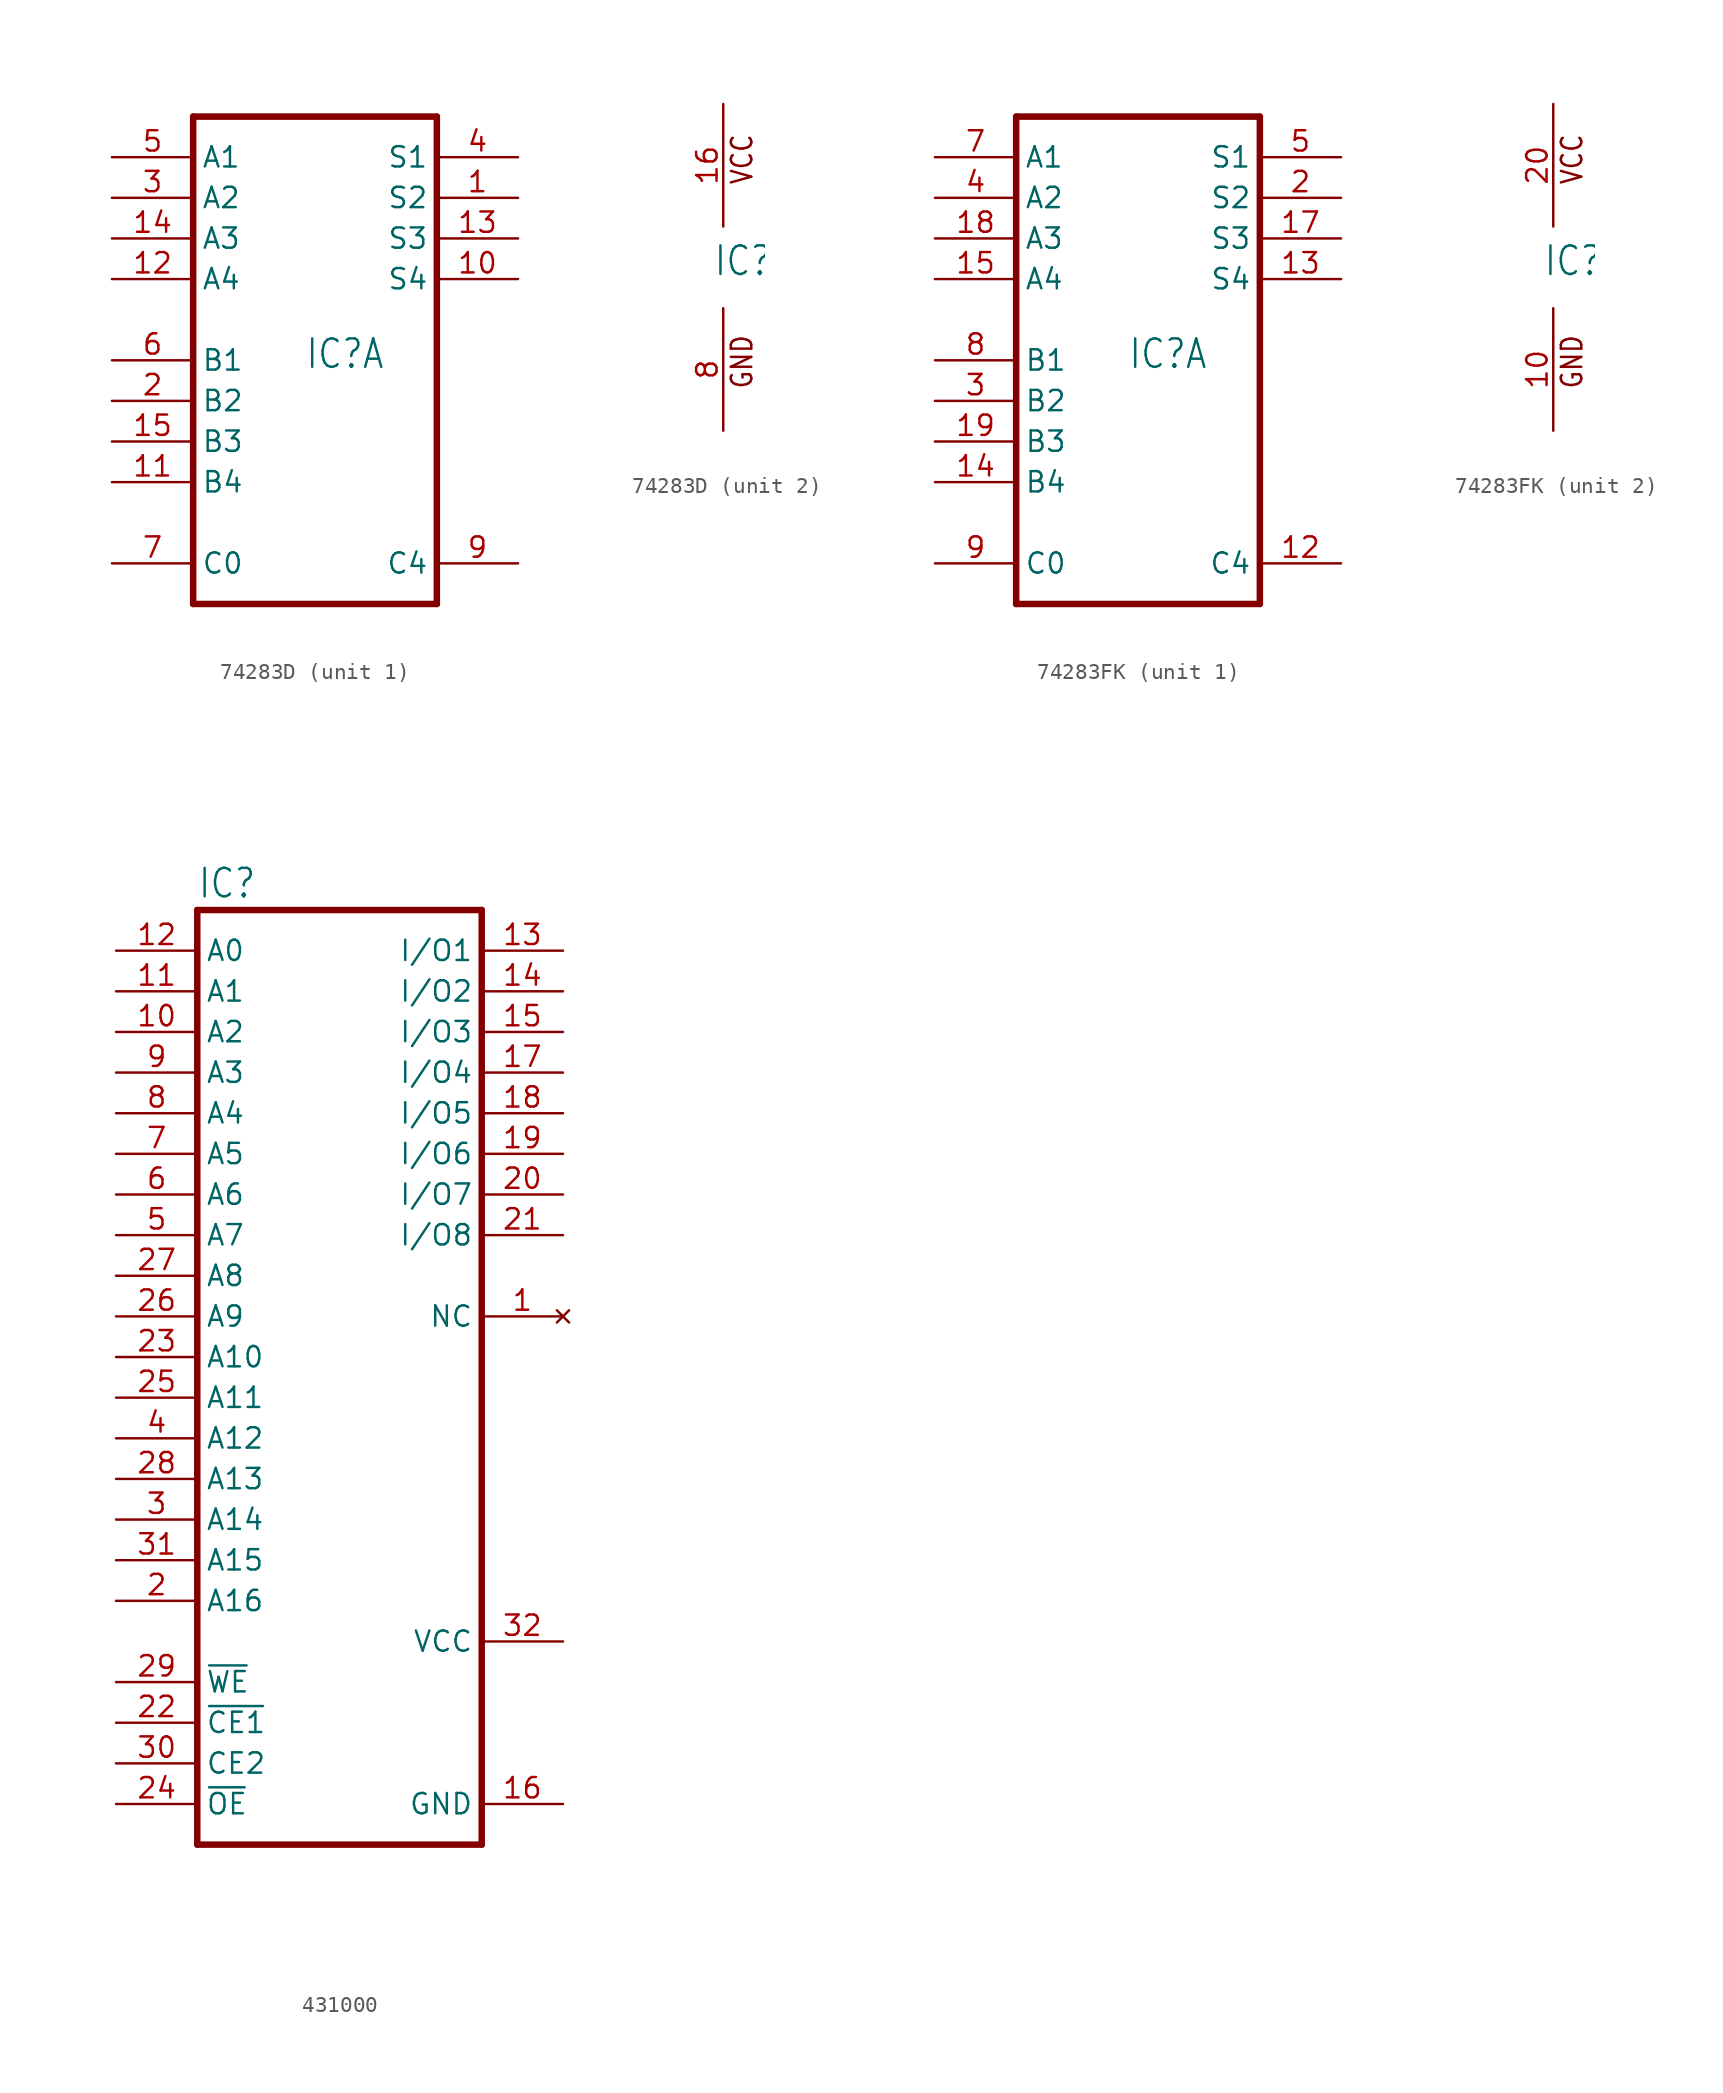
<source format=kicad_sym>
(kicad_symbol_lib
  (version 20231120)
  (generator "kicad_symbol_editor")
  (generator_version "8.0")
  (symbol "74283D"
    (property "Reference" "IC"
      (at -0.635 -0.635 0)
      (effects (font (size 1.778 1.511)) (justify left bottom)))
    (property "ki_locked" ""
      (at 0 0 0)
      (effects (font (size 1.27 1.27))))
    (symbol "74283D_1_0"
      (polyline (pts (xy -7.62 -15.24) (xy 7.62 -15.24)) (stroke (width 0.406) (type solid)) (fill (type none)))
      (polyline (pts (xy -7.62 15.24) (xy -7.62 -15.24)) (stroke (width 0.406) (type solid)) (fill (type none)))
      (polyline (pts (xy 7.62 -15.24) (xy 7.62 15.24)) (stroke (width 0.406) (type solid)) (fill (type none)))
      (polyline (pts (xy 7.62 15.24) (xy -7.62 15.24)) (stroke (width 0.406) (type solid)) (fill (type none)))
      (pin output line (at 12.7 10.16 180) (length 5.08) (name "S2" (effects (font (size 1.27 1.27)))) (number "1" (effects (font (size 1.27 1.27)))))
      (pin output line (at 12.7 5.08 180) (length 5.08) (name "S4" (effects (font (size 1.27 1.27)))) (number "10" (effects (font (size 1.27 1.27)))))
      (pin input line (at -12.7 -7.62 0) (length 5.08) (name "B4" (effects (font (size 1.27 1.27)))) (number "11" (effects (font (size 1.27 1.27)))))
      (pin input line (at -12.7 5.08 0) (length 5.08) (name "A4" (effects (font (size 1.27 1.27)))) (number "12" (effects (font (size 1.27 1.27)))))
      (pin output line (at 12.7 7.62 180) (length 5.08) (name "S3" (effects (font (size 1.27 1.27)))) (number "13" (effects (font (size 1.27 1.27)))))
      (pin input line (at -12.7 7.62 0) (length 5.08) (name "A3" (effects (font (size 1.27 1.27)))) (number "14" (effects (font (size 1.27 1.27)))))
      (pin input line (at -12.7 -5.08 0) (length 5.08) (name "B3" (effects (font (size 1.27 1.27)))) (number "15" (effects (font (size 1.27 1.27)))))
      (pin input line (at -12.7 -2.54 0) (length 5.08) (name "B2" (effects (font (size 1.27 1.27)))) (number "2" (effects (font (size 1.27 1.27)))))
      (pin input line (at -12.7 10.16 0) (length 5.08) (name "A2" (effects (font (size 1.27 1.27)))) (number "3" (effects (font (size 1.27 1.27)))))
      (pin output line (at 12.7 12.7 180) (length 5.08) (name "S1" (effects (font (size 1.27 1.27)))) (number "4" (effects (font (size 1.27 1.27)))))
      (pin input line (at -12.7 12.7 0) (length 5.08) (name "A1" (effects (font (size 1.27 1.27)))) (number "5" (effects (font (size 1.27 1.27)))))
      (pin input line (at -12.7 0 0) (length 5.08) (name "B1" (effects (font (size 1.27 1.27)))) (number "6" (effects (font (size 1.27 1.27)))))
      (pin input line (at -12.7 -12.7 0) (length 5.08) (name "C0" (effects (font (size 1.27 1.27)))) (number "7" (effects (font (size 1.27 1.27)))))
      (pin output line (at 12.7 -12.7 180) (length 5.08) (name "C4" (effects (font (size 1.27 1.27)))) (number "9" (effects (font (size 1.27 1.27))))))
    (symbol "74283D_2_0"
      (text "GND" (at 1.905 -7.62 900) (effects (font (size 1.27 1.079)) (justify left bottom)))
      (text "VCC" (at 1.905 5.08 900) (effects (font (size 1.27 1.079)) (justify left bottom)))
      (pin power_in line (at 0 10.16 270) (length 7.62) (name "VCC" (effects (font (size 0 0)))) (number "16" (effects (font (size 1.27 1.27)))))
      (pin power_in line (at 0 -10.16 90) (length 7.62) (name "GND" (effects (font (size 0 0)))) (number "8" (effects (font (size 1.27 1.27)))))))
  (symbol "74283FK"
    (property "Reference" "IC"
      (at -0.635 -0.635 0)
      (effects (font (size 1.778 1.511)) (justify left bottom)))
    (property "ki_locked" ""
      (at 0 0 0)
      (effects (font (size 1.27 1.27))))
    (symbol "74283FK_1_0"
      (polyline (pts (xy -7.62 -15.24) (xy 7.62 -15.24)) (stroke (width 0.406) (type solid)) (fill (type none)))
      (polyline (pts (xy -7.62 15.24) (xy -7.62 -15.24)) (stroke (width 0.406) (type solid)) (fill (type none)))
      (polyline (pts (xy 7.62 -15.24) (xy 7.62 15.24)) (stroke (width 0.406) (type solid)) (fill (type none)))
      (polyline (pts (xy 7.62 15.24) (xy -7.62 15.24)) (stroke (width 0.406) (type solid)) (fill (type none)))
      (pin output line (at 12.7 -12.7 180) (length 5.08) (name "C4" (effects (font (size 1.27 1.27)))) (number "12" (effects (font (size 1.27 1.27)))))
      (pin output line (at 12.7 5.08 180) (length 5.08) (name "S4" (effects (font (size 1.27 1.27)))) (number "13" (effects (font (size 1.27 1.27)))))
      (pin input line (at -12.7 -7.62 0) (length 5.08) (name "B4" (effects (font (size 1.27 1.27)))) (number "14" (effects (font (size 1.27 1.27)))))
      (pin input line (at -12.7 5.08 0) (length 5.08) (name "A4" (effects (font (size 1.27 1.27)))) (number "15" (effects (font (size 1.27 1.27)))))
      (pin output line (at 12.7 7.62 180) (length 5.08) (name "S3" (effects (font (size 1.27 1.27)))) (number "17" (effects (font (size 1.27 1.27)))))
      (pin input line (at -12.7 7.62 0) (length 5.08) (name "A3" (effects (font (size 1.27 1.27)))) (number "18" (effects (font (size 1.27 1.27)))))
      (pin input line (at -12.7 -5.08 0) (length 5.08) (name "B3" (effects (font (size 1.27 1.27)))) (number "19" (effects (font (size 1.27 1.27)))))
      (pin output line (at 12.7 10.16 180) (length 5.08) (name "S2" (effects (font (size 1.27 1.27)))) (number "2" (effects (font (size 1.27 1.27)))))
      (pin input line (at -12.7 -2.54 0) (length 5.08) (name "B2" (effects (font (size 1.27 1.27)))) (number "3" (effects (font (size 1.27 1.27)))))
      (pin input line (at -12.7 10.16 0) (length 5.08) (name "A2" (effects (font (size 1.27 1.27)))) (number "4" (effects (font (size 1.27 1.27)))))
      (pin output line (at 12.7 12.7 180) (length 5.08) (name "S1" (effects (font (size 1.27 1.27)))) (number "5" (effects (font (size 1.27 1.27)))))
      (pin input line (at -12.7 12.7 0) (length 5.08) (name "A1" (effects (font (size 1.27 1.27)))) (number "7" (effects (font (size 1.27 1.27)))))
      (pin input line (at -12.7 0 0) (length 5.08) (name "B1" (effects (font (size 1.27 1.27)))) (number "8" (effects (font (size 1.27 1.27)))))
      (pin input line (at -12.7 -12.7 0) (length 5.08) (name "C0" (effects (font (size 1.27 1.27)))) (number "9" (effects (font (size 1.27 1.27))))))
    (symbol "74283FK_2_0"
      (text "GND" (at 1.905 -7.62 900) (effects (font (size 1.27 1.079)) (justify left bottom)))
      (text "VCC" (at 1.905 5.08 900) (effects (font (size 1.27 1.079)) (justify left bottom)))
      (pin power_in line (at 0 -10.16 90) (length 7.62) (name "GND" (effects (font (size 0 0)))) (number "10" (effects (font (size 1.27 1.27)))))
      (pin power_in line (at 0 10.16 270) (length 7.62) (name "VCC" (effects (font (size 0 0)))) (number "20" (effects (font (size 1.27 1.27)))))))
  (symbol "431000"
    (property "Reference" "IC"
      (at -7.62 20.955 0)
      (effects (font (size 1.778 1.511)) (justify left bottom)))
    (property "Value" ""
      (at -7.62 -40.64 0)
      (effects (font (size 1.778 1.511)) (justify left bottom)))
    (property "ki_locked" ""
      (at 0 0 0)
      (effects (font (size 1.27 1.27))))
    (symbol "431000_1_0"
      (polyline (pts (xy -7.62 -38.1) (xy -7.62 20.32)) (stroke (width 0.406) (type solid)) (fill (type none)))
      (polyline (pts (xy -7.62 -38.1) (xy 10.16 -38.1)) (stroke (width 0.406) (type solid)) (fill (type none)))
      (polyline (pts (xy 10.16 20.32) (xy -7.62 20.32)) (stroke (width 0.406) (type solid)) (fill (type none)))
      (polyline (pts (xy 10.16 20.32) (xy 10.16 -38.1)) (stroke (width 0.406) (type solid)) (fill (type none)))
      (pin no_connect line (at 15.24 -5.08 180) (length 5.08) (name "NC" (effects (font (size 1.27 1.27)))) (number "1" (effects (font (size 1.27 1.27)))))
      (pin input line (at -12.7 12.7 0) (length 5.08) (name "A2" (effects (font (size 1.27 1.27)))) (number "10" (effects (font (size 1.27 1.27)))))
      (pin input line (at -12.7 15.24 0) (length 5.08) (name "A1" (effects (font (size 1.27 1.27)))) (number "11" (effects (font (size 1.27 1.27)))))
      (pin input line (at -12.7 17.78 0) (length 5.08) (name "A0" (effects (font (size 1.27 1.27)))) (number "12" (effects (font (size 1.27 1.27)))))
      (pin bidirectional line (at 15.24 17.78 180) (length 5.08) (name "I/O1" (effects (font (size 1.27 1.27)))) (number "13" (effects (font (size 1.27 1.27)))))
      (pin bidirectional line (at 15.24 15.24 180) (length 5.08) (name "I/O2" (effects (font (size 1.27 1.27)))) (number "14" (effects (font (size 1.27 1.27)))))
      (pin bidirectional line (at 15.24 12.7 180) (length 5.08) (name "I/O3" (effects (font (size 1.27 1.27)))) (number "15" (effects (font (size 1.27 1.27)))))
      (pin power_in line (at 15.24 -35.56 180) (length 5.08) (name "GND" (effects (font (size 1.27 1.27)))) (number "16" (effects (font (size 1.27 1.27)))))
      (pin bidirectional line (at 15.24 10.16 180) (length 5.08) (name "I/O4" (effects (font (size 1.27 1.27)))) (number "17" (effects (font (size 1.27 1.27)))))
      (pin bidirectional line (at 15.24 7.62 180) (length 5.08) (name "I/O5" (effects (font (size 1.27 1.27)))) (number "18" (effects (font (size 1.27 1.27)))))
      (pin bidirectional line (at 15.24 5.08 180) (length 5.08) (name "I/O6" (effects (font (size 1.27 1.27)))) (number "19" (effects (font (size 1.27 1.27)))))
      (pin input line (at -12.7 -22.86 0) (length 5.08) (name "A16" (effects (font (size 1.27 1.27)))) (number "2" (effects (font (size 1.27 1.27)))))
      (pin bidirectional line (at 15.24 2.54 180) (length 5.08) (name "I/O7" (effects (font (size 1.27 1.27)))) (number "20" (effects (font (size 1.27 1.27)))))
      (pin bidirectional line (at 15.24 0 180) (length 5.08) (name "I/O8" (effects (font (size 1.27 1.27)))) (number "21" (effects (font (size 1.27 1.27)))))
      (pin input line (at -12.7 -30.48 0) (length 5.08) (name "~{CE1}" (effects (font (size 1.27 1.27)))) (number "22" (effects (font (size 1.27 1.27)))))
      (pin input line (at -12.7 -7.62 0) (length 5.08) (name "A10" (effects (font (size 1.27 1.27)))) (number "23" (effects (font (size 1.27 1.27)))))
      (pin input line (at -12.7 -35.56 0) (length 5.08) (name "~{OE}" (effects (font (size 1.27 1.27)))) (number "24" (effects (font (size 1.27 1.27)))))
      (pin input line (at -12.7 -10.16 0) (length 5.08) (name "A11" (effects (font (size 1.27 1.27)))) (number "25" (effects (font (size 1.27 1.27)))))
      (pin input line (at -12.7 -5.08 0) (length 5.08) (name "A9" (effects (font (size 1.27 1.27)))) (number "26" (effects (font (size 1.27 1.27)))))
      (pin input line (at -12.7 -2.54 0) (length 5.08) (name "A8" (effects (font (size 1.27 1.27)))) (number "27" (effects (font (size 1.27 1.27)))))
      (pin input line (at -12.7 -15.24 0) (length 5.08) (name "A13" (effects (font (size 1.27 1.27)))) (number "28" (effects (font (size 1.27 1.27)))))
      (pin input line (at -12.7 -27.94 0) (length 5.08) (name "~{WE}" (effects (font (size 1.27 1.27)))) (number "29" (effects (font (size 1.27 1.27)))))
      (pin input line (at -12.7 -17.78 0) (length 5.08) (name "A14" (effects (font (size 1.27 1.27)))) (number "3" (effects (font (size 1.27 1.27)))))
      (pin input line (at -12.7 -33.02 0) (length 5.08) (name "CE2" (effects (font (size 1.27 1.27)))) (number "30" (effects (font (size 1.27 1.27)))))
      (pin input line (at -12.7 -20.32 0) (length 5.08) (name "A15" (effects (font (size 1.27 1.27)))) (number "31" (effects (font (size 1.27 1.27)))))
      (pin power_in line (at 15.24 -25.4 180) (length 5.08) (name "VCC" (effects (font (size 1.27 1.27)))) (number "32" (effects (font (size 1.27 1.27)))))
      (pin input line (at -12.7 -12.7 0) (length 5.08) (name "A12" (effects (font (size 1.27 1.27)))) (number "4" (effects (font (size 1.27 1.27)))))
      (pin input line (at -12.7 0 0) (length 5.08) (name "A7" (effects (font (size 1.27 1.27)))) (number "5" (effects (font (size 1.27 1.27)))))
      (pin input line (at -12.7 2.54 0) (length 5.08) (name "A6" (effects (font (size 1.27 1.27)))) (number "6" (effects (font (size 1.27 1.27)))))
      (pin input line (at -12.7 5.08 0) (length 5.08) (name "A5" (effects (font (size 1.27 1.27)))) (number "7" (effects (font (size 1.27 1.27)))))
      (pin input line (at -12.7 7.62 0) (length 5.08) (name "A4" (effects (font (size 1.27 1.27)))) (number "8" (effects (font (size 1.27 1.27)))))
      (pin input line (at -12.7 10.16 0) (length 5.08) (name "A3" (effects (font (size 1.27 1.27)))) (number "9" (effects (font (size 1.27 1.27))))))))
</source>
